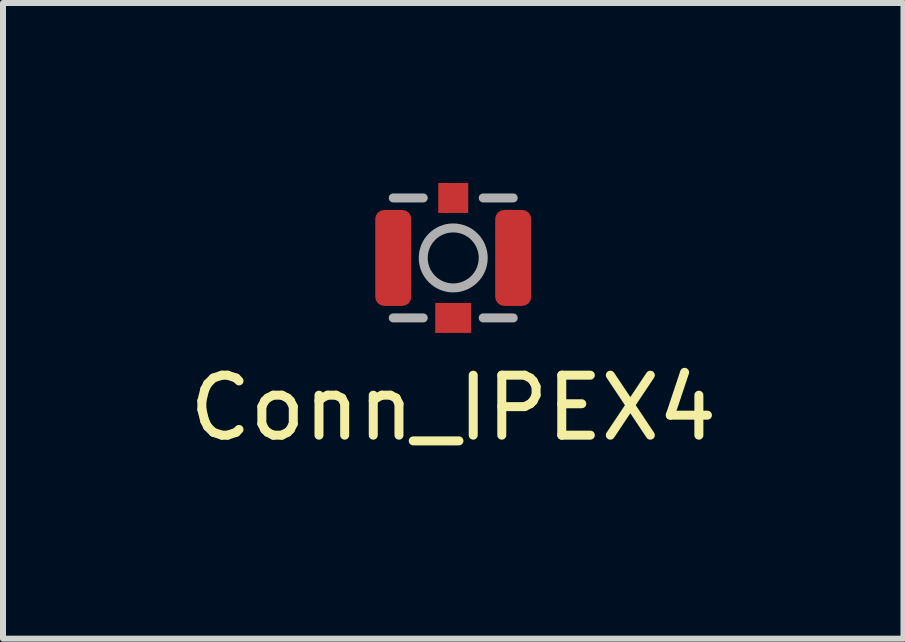
<source format=kicad_pcb>
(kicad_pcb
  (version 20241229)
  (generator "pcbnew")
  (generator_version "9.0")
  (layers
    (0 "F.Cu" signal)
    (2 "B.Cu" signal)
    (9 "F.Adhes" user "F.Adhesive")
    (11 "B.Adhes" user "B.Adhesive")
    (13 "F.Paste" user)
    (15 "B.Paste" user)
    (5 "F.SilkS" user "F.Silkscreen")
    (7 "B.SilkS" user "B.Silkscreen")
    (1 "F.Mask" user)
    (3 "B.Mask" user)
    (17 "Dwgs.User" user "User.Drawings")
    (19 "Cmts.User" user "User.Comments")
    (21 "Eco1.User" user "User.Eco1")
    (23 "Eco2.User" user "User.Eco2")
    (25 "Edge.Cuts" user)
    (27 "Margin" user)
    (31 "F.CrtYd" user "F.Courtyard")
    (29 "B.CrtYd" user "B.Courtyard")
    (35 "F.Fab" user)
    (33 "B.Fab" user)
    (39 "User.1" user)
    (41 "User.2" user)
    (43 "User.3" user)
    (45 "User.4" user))
  (footprint "Conn_IPEX4"
    (layer "F.Cu")
    (at 4.506 1.25)
    (property "Reference" "Conn_IPEX4" (at 0 2.5 0) (layer "F.SilkS") (effects (font (size 1 1) (thickness 0.15))))
    (attr through_hole)
    (fp_line (start -1 -1) (end -0.5 -1) (stroke (width 0.15) (type solid)) (layer "F.Fab"))
    (fp_line (start -1 1) (end -0.5 1) (stroke (width 0.15) (type solid)) (layer "F.Fab"))
    (fp_line (start 0.5 -1) (end 1 -1) (stroke (width 0.15) (type solid)) (layer "F.Fab"))
    (fp_line (start 0.5 1) (end 1 1) (stroke (width 0.15) (type solid)) (layer "F.Fab"))
    (fp_circle (center 0 0) (end 0.5 0) (stroke (width 0.15) (type solid)) (fill no) (layer "F.Fab"))
    (pad "1" smd rect (at 0 1) (size 0.6 0.5) (layers "F.Cu" "F.Mask" "F.Paste"))
    (pad "2" smd roundrect (at -1 0) (size 0.6 1.6) (layers "F.Cu" "F.Mask" "F.Paste") (roundrect_rratio 0.25))
    (pad "2" smd rect (at 0 -1) (size 0.5 0.5) (layers "F.Cu" "F.Mask" "F.Paste"))
    (pad "2" smd roundrect (at 1 0) (size 0.6 1.6) (layers "F.Cu" "F.Mask" "F.Paste") (roundrect_rratio 0.25)))
  (gr_rect
    (start -3 -3)
    (end 12.012 7.598)
    (stroke (width 0.1) (type default))
    (fill no)
    (layer "Edge.Cuts")))
</source>
